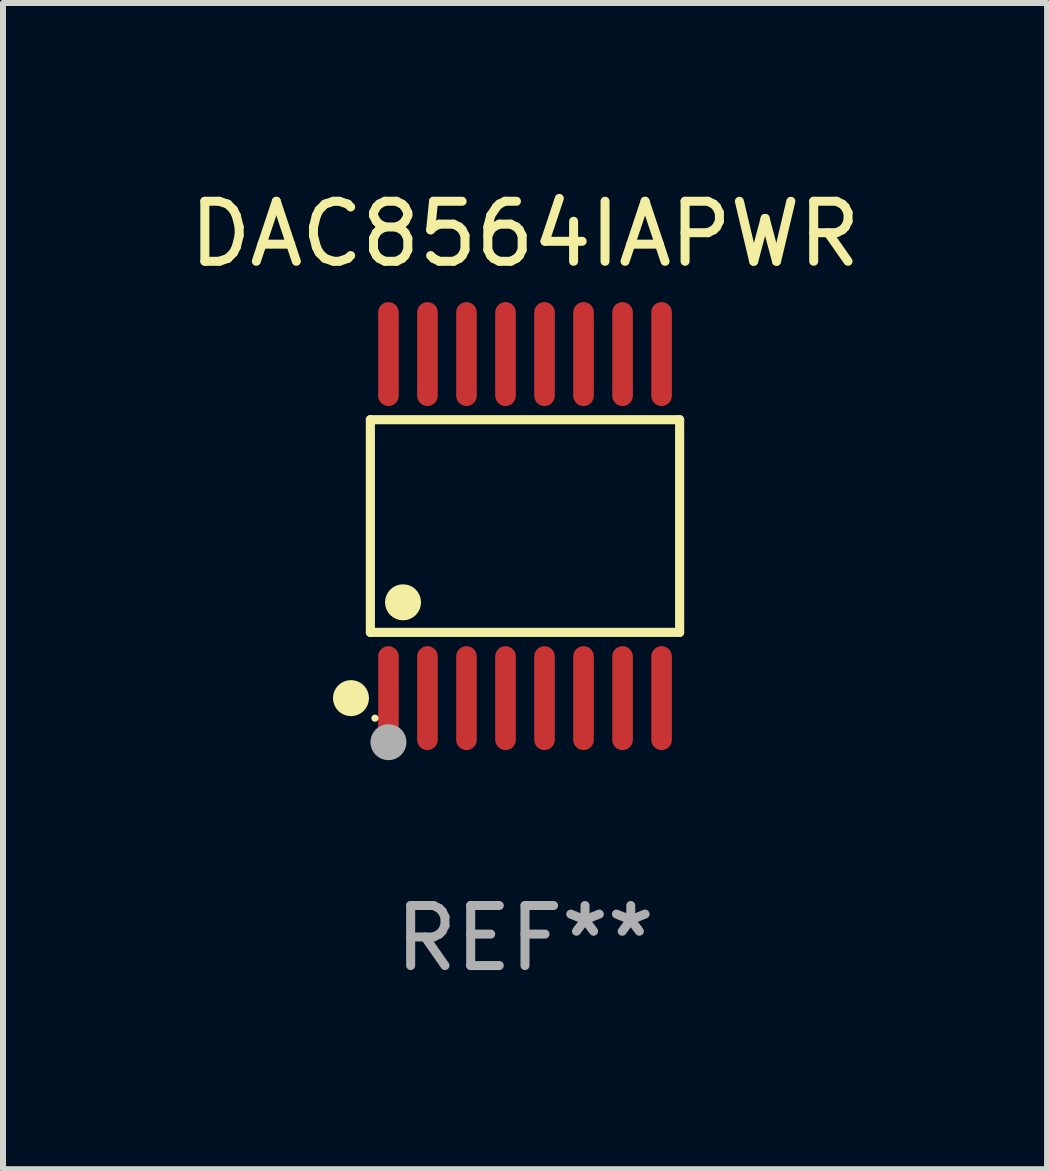
<source format=kicad_pcb>
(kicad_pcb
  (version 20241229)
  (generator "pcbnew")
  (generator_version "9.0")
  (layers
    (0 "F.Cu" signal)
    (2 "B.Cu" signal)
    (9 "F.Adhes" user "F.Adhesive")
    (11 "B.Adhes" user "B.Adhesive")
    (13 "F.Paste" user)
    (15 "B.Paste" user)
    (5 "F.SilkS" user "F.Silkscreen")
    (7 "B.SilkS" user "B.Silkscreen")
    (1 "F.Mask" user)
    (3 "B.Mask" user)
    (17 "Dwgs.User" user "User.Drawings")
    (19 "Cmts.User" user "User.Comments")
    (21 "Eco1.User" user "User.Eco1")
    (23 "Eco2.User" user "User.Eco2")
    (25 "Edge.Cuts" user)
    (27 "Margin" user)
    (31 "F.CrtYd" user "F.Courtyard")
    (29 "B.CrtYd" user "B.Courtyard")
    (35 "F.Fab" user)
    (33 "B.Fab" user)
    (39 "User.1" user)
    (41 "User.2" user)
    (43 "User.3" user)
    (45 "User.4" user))
  (footprint "DAC8564IAPWR"
    (layer "F.Cu")
    (at 5.696 5.714)
    (property "Reference" "DAC8564IAPWR" (at 0 -4.866 0) (layer "F.SilkS") (effects (font (size 1 1) (thickness 0.15))))
    (attr through_hole)
    (fp_line (start -2.576 -1.772) (end 2.576 -1.772) (stroke (width 0.152) (type solid)) (layer "F.SilkS"))
    (fp_line (start -2.576 1.771) (end -2.576 -1.772) (stroke (width 0.152) (type solid)) (layer "F.SilkS"))
    (fp_line (start 2.576 -1.772) (end 2.576 1.771) (stroke (width 0.152) (type solid)) (layer "F.SilkS"))
    (fp_line (start 2.576 1.771) (end -2.576 1.771) (stroke (width 0.152) (type solid)) (layer "F.SilkS"))
    (fp_circle (center -2.899 2.866) (end -2.749 2.866) (stroke (width 0.3) (type solid)) (fill no) (layer "F.SilkS"))
    (fp_circle (center -2.5 3.2) (end -2.47 3.2) (stroke (width 0.06) (type solid)) (fill no) (layer "F.SilkS"))
    (fp_circle (center -2.032 1.27) (end -1.882 1.27) (stroke (width 0.3) (type solid)) (fill no) (layer "F.SilkS"))
    (fp_circle (center -2.275 3.6) (end -2.125 3.6) (stroke (width 0.3) (type solid)) (fill no) (layer "F.Fab"))
    (fp_text user "REF**" (at 0 6.866 0) (layer "F.Fab") (effects (font (size 1 1) (thickness 0.15))))
    (pad "1" smd oval (at -2.275 2.866) (size 0.343 1.731) (layers "F.Cu" "F.Mask" "F.Paste"))
    (pad "2" smd oval (at -1.625 2.866) (size 0.343 1.731) (layers "F.Cu" "F.Mask" "F.Paste"))
    (pad "3" smd oval (at -0.975 2.866) (size 0.343 1.731) (layers "F.Cu" "F.Mask" "F.Paste"))
    (pad "4" smd oval (at -0.325 2.866) (size 0.343 1.731) (layers "F.Cu" "F.Mask" "F.Paste"))
    (pad "5" smd oval (at 0.325 2.866) (size 0.343 1.731) (layers "F.Cu" "F.Mask" "F.Paste"))
    (pad "6" smd oval (at 0.975 2.866) (size 0.343 1.731) (layers "F.Cu" "F.Mask" "F.Paste"))
    (pad "7" smd oval (at 1.625 2.866) (size 0.343 1.731) (layers "F.Cu" "F.Mask" "F.Paste"))
    (pad "8" smd oval (at 2.275 2.866) (size 0.343 1.731) (layers "F.Cu" "F.Mask" "F.Paste"))
    (pad "9" smd oval (at 2.275 -2.866) (size 0.343 1.731) (layers "F.Cu" "F.Mask" "F.Paste"))
    (pad "10" smd oval (at 1.625 -2.866) (size 0.343 1.731) (layers "F.Cu" "F.Mask" "F.Paste"))
    (pad "11" smd oval (at 0.975 -2.866) (size 0.343 1.731) (layers "F.Cu" "F.Mask" "F.Paste"))
    (pad "12" smd oval (at 0.325 -2.866) (size 0.343 1.731) (layers "F.Cu" "F.Mask" "F.Paste"))
    (pad "13" smd oval (at -0.325 -2.866) (size 0.343 1.731) (layers "F.Cu" "F.Mask" "F.Paste"))
    (pad "14" smd oval (at -0.975 -2.866) (size 0.343 1.731) (layers "F.Cu" "F.Mask" "F.Paste"))
    (pad "15" smd oval (at -1.625 -2.866) (size 0.343 1.731) (layers "F.Cu" "F.Mask" "F.Paste"))
    (pad "16" smd oval (at -2.275 -2.866) (size 0.343 1.731) (layers "F.Cu" "F.Mask" "F.Paste")))
  (gr_rect
    (start -3 -3)
    (end 14.393 16.428)
    (stroke (width 0.1) (type default))
    (fill no)
    (layer "Edge.Cuts")))
</source>
